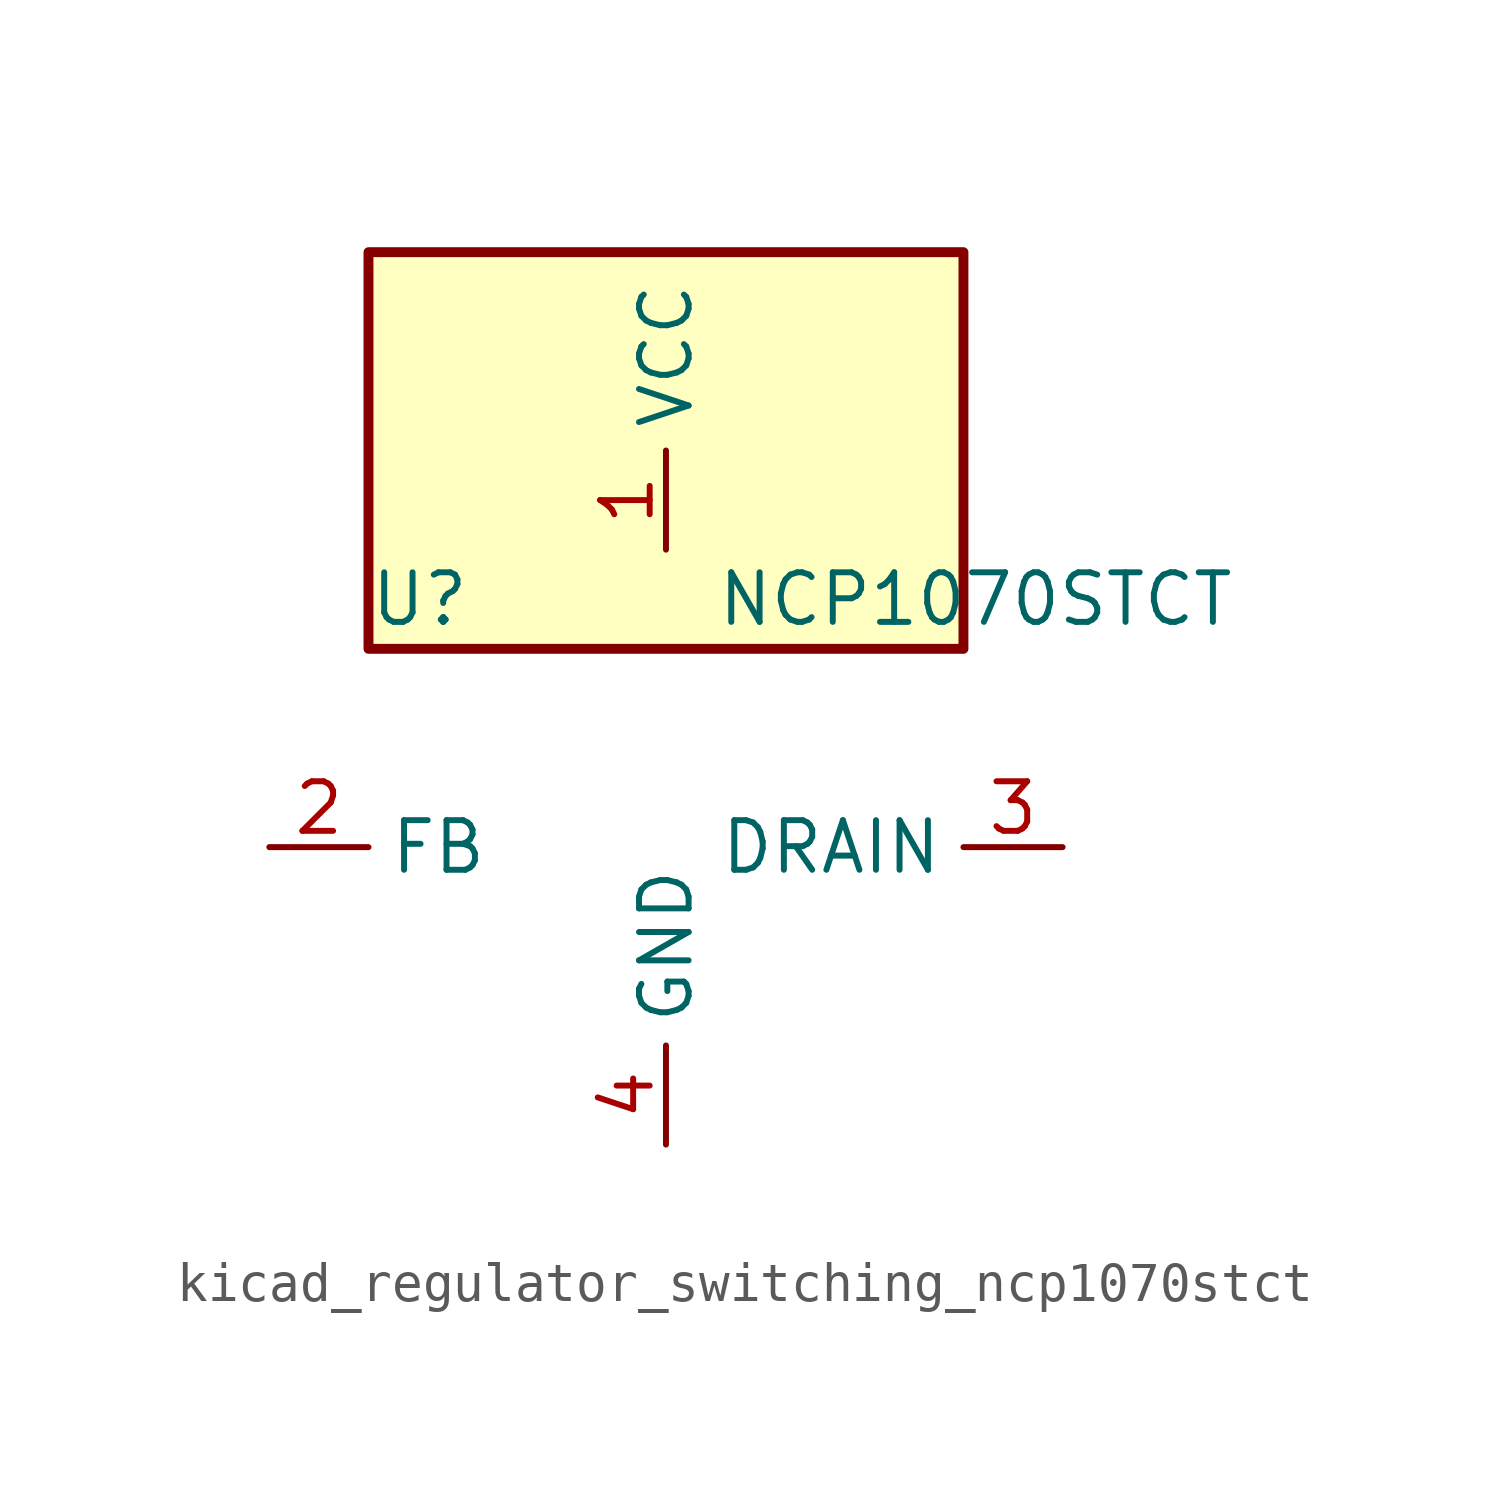
<source format=kicad_sym>
(kicad_symbol_lib
  (version 20220914)
  (generator kicad_symbol_editor)
  (symbol "kicad_regulator_switching_ncp1070stct"
    (property "Reference" "U"
      (at -7.62 6.35 0)
      (effects (font (size 1.27 1.27)) (justify left)))
    (property "Value" "NCP1070STCT"
      (at 1.27 6.35 0)
      (effects (font (size 1.27 1.27)) (justify left)))
    (symbol "kicad_regulator_switching_ncp1070stct_0_1"
      (rectangle (start 7.62 15.24) (end -7.62 5.08) (stroke (width 0.254) (type default)) (fill (type background))))
    (symbol "kicad_regulator_switching_ncp1070stct_1_1"
      (pin power_in line (at 0 7.62 90) (length 2.54) (name "VCC" (effects (font (size 1.27 1.27)))) (number "1" (effects (font (size 1.27 1.27)))))
      (pin input line (at -10.16 0 0) (length 2.54) (name "FB" (effects (font (size 1.27 1.27)))) (number "2" (effects (font (size 1.27 1.27)))))
      (pin open_collector line (at 10.16 0 180) (length 2.54) (name "DRAIN" (effects (font (size 1.27 1.27)))) (number "3" (effects (font (size 1.27 1.27)))))
      (pin power_in line (at 0 -7.62 90) (length 2.54) (name "GND" (effects (font (size 1.27 1.27)))) (number "4" (effects (font (size 1.27 1.27))))))))
</source>
